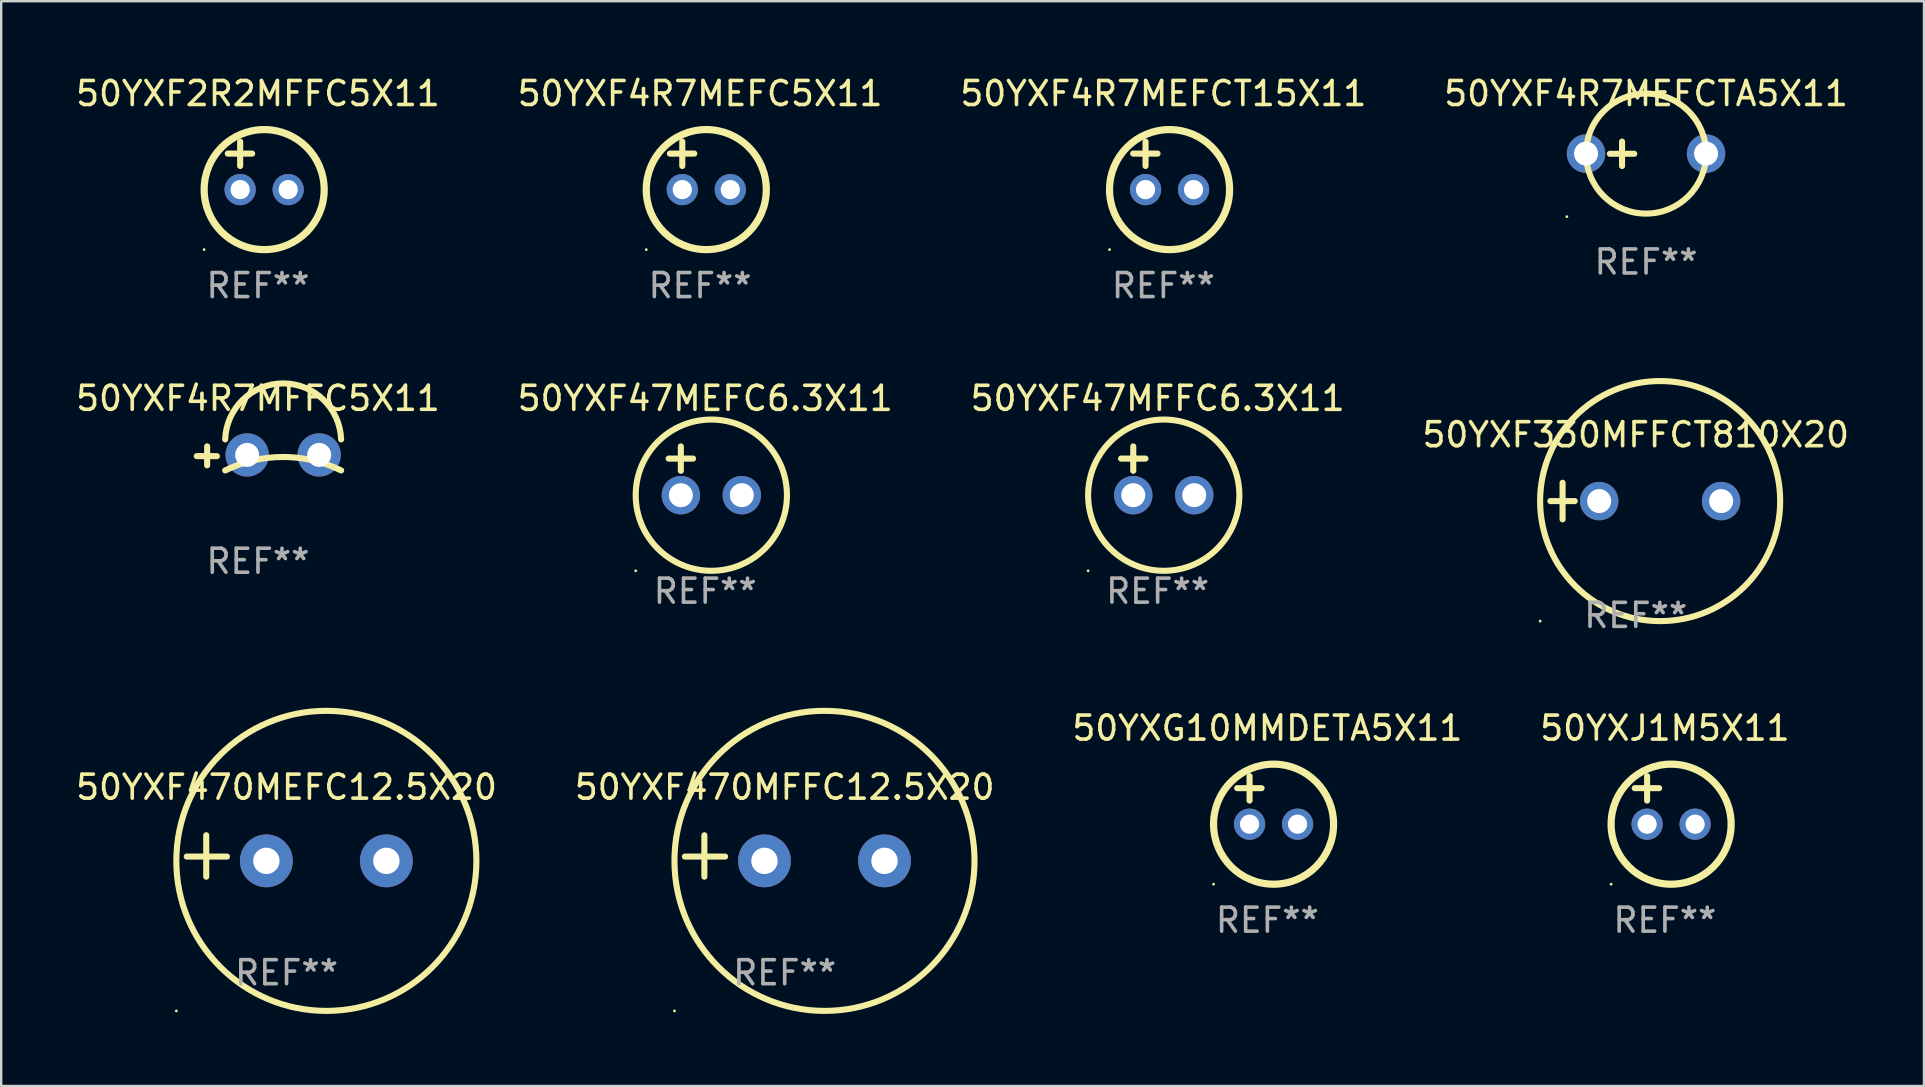
<source format=kicad_pcb>
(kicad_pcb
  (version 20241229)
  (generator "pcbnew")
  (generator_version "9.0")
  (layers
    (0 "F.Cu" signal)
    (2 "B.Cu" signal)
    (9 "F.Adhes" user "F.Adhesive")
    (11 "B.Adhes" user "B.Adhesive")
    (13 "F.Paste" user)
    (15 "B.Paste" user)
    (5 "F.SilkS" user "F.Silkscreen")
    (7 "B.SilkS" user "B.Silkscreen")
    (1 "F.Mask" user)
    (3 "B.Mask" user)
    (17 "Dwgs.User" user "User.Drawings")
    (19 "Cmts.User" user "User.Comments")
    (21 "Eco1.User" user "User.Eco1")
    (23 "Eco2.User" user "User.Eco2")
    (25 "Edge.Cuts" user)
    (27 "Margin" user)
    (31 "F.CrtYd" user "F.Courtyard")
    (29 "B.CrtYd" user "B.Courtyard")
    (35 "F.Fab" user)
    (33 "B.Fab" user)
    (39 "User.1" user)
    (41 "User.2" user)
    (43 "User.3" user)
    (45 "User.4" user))
  (footprint "50YXG10MMDETA5X11"
    (layer "F.Cu")
    (at 49.744 30.282)
    (property "Reference" "50YXG10MMDETA5X11" (at 0 -3 0) (layer "F.SilkS") (effects (font (size 1 1) (thickness 0.15))))
    (attr through_hole)
    (fp_line (start -1.258 -0.5) (end -0.242 -0.5) (stroke (width 0.254) (type solid)) (layer "F.SilkS"))
    (fp_line (start -0.742 -1) (end -0.742 0.016) (stroke (width 0.254) (type solid)) (layer "F.SilkS"))
    (fp_circle (center -2.242 3.5) (end -2.212 3.5) (stroke (width 0.06) (type solid)) (fill no) (layer "F.SilkS"))
    (fp_circle (center 0.258 1) (end 2.758 1) (stroke (width 0.3) (type solid)) (fill no) (layer "F.SilkS"))
    (fp_text user "REF**" (at 0 5 0) (layer "F.Fab") (effects (font (size 1 1) (thickness 0.15))))
    (pad "1" thru_hole circle (at -0.742 1) (size 1.3 1.3) (drill 0.8) (layers "*.Cu" "*.Mask"))
    (pad "2" thru_hole circle (at 1.258 1) (size 1.3 1.3) (drill 0.8) (layers "*.Cu" "*.Mask")))
  (footprint "50YXF4R7MFFC5X11"
    (layer "F.Cu")
    (at 7.696 15.938)
    (property "Reference" "50YXF4R7MFFC5X11" (at 0 -2.394 0) (layer "F.SilkS") (effects (font (size 1 1) (thickness 0.15))))
    (attr through_hole)
    (fp_line (start -2.117 0.394) (end -2.117 -0.394) (stroke (width 0.254) (type solid)) (layer "F.SilkS"))
    (fp_line (start -1.711 0.013) (end -2.549 0.013) (stroke (width 0.254) (type solid)) (layer "F.SilkS"))
    (fp_arc (start -1.366193 0.608941) (mid 1.048615 0.047743) (end 3.463424 0.60894) (stroke (width 0.254001) (type solid)) (layer "F.SilkS"))
    (fp_arc (start -1.366192 -0.685141) (mid 1.048616 -3.016259) (end 3.463424 -0.685141) (stroke (width 0.254001) (type solid)) (layer "F.SilkS"))
    (fp_circle (center -2.676 -2.538) (end -2.646 -2.538) (stroke (width 0.06) (type solid)) (fill no) (layer "F.SilkS"))
    (fp_text user "REF**" (at 0 4.394 0) (layer "F.Fab") (effects (font (size 1 1) (thickness 0.15))))
    (pad "1" thru_hole circle (at -0.451 -0.038) (size 1.8 1.8) (drill 1) (layers "*.Cu" "*.Mask"))
    (pad "2" thru_hole circle (at 2.549 -0.038) (size 1.8 1.8) (drill 1) (layers "*.Cu" "*.Mask")))
  (footprint "50YXF47MFFC6.3X11"
    (layer "F.Cu")
    (at 45.173 16.561)
    (property "Reference" "50YXF47MFFC6.3X11" (at 0 -3.016 0) (layer "F.SilkS") (effects (font (size 1 1) (thickness 0.15))))
    (attr through_hole)
    (fp_line (start -1.524 -0.508) (end -0.508 -0.508) (stroke (width 0.254) (type solid)) (layer "F.SilkS"))
    (fp_line (start -1.016 -1.016) (end -1.016 0) (stroke (width 0.254) (type solid)) (layer "F.SilkS"))
    (fp_circle (center -2.896 4.166) (end -2.866 4.166) (stroke (width 0.06) (type solid)) (fill no) (layer "F.SilkS"))
    (fp_circle (center 0.254 1.016) (end 3.404 1.016) (stroke (width 0.254) (type solid)) (fill no) (layer "F.SilkS"))
    (fp_text user "REF**" (at 0 5.016 0) (layer "F.Fab") (effects (font (size 1 1) (thickness 0.15))))
    (pad "1" thru_hole circle (at -1.016 1.016) (size 1.6 1.6) (drill 1) (layers "*.Cu" "*.Mask"))
    (pad "2" thru_hole circle (at 1.524 1.016) (size 1.6 1.6) (drill 1) (layers "*.Cu" "*.Mask")))
  (footprint "50YXF4R7MEFCTA5X11"
    (layer "F.Cu")
    (at 65.518 3.356)
    (property "Reference" "50YXF4R7MEFCTA5X11" (at 0 -2.508 0) (layer "F.SilkS") (effects (font (size 1 1) (thickness 0.15))))
    (attr through_hole)
    (fp_line (start -1.508 0) (end -0.492 0) (stroke (width 0.254) (type solid)) (layer "F.SilkS"))
    (fp_line (start -1 -0.508) (end -1 0.508) (stroke (width 0.254) (type solid)) (layer "F.SilkS"))
    (fp_circle (center -3.3 2.619) (end -3.27 2.619) (stroke (width 0.06) (type solid)) (fill no) (layer "F.SilkS"))
    (fp_circle (center -0.000127 -0.008) (end 2.5 -0.008) (stroke (width 0.254) (type solid)) (fill no) (layer "F.SilkS"))
    (fp_text user "REF**" (at 0 4.508 0) (layer "F.Fab") (effects (font (size 1 1) (thickness 0.15))))
    (pad "1" thru_hole circle (at -2.5 -0.008) (size 1.6 1.6) (drill 1) (layers "*.Cu" "*.Mask"))
    (pad "2" thru_hole circle (at 2.5 -0.008) (size 1.6 1.6) (drill 1) (layers "*.Cu" "*.Mask")))
  (footprint "50YXJ1M5X11"
    (layer "F.Cu")
    (at 66.304 30.282)
    (property "Reference" "50YXJ1M5X11" (at 0 -3 0) (layer "F.SilkS") (effects (font (size 1 1) (thickness 0.15))))
    (attr through_hole)
    (fp_line (start -1.258 -0.5) (end -0.242 -0.5) (stroke (width 0.254) (type solid)) (layer "F.SilkS"))
    (fp_line (start -0.742 -1) (end -0.742 0.016) (stroke (width 0.254) (type solid)) (layer "F.SilkS"))
    (fp_circle (center -2.242 3.5) (end -2.212 3.5) (stroke (width 0.06) (type solid)) (fill no) (layer "F.SilkS"))
    (fp_circle (center 0.258 1) (end 2.758 1) (stroke (width 0.3) (type solid)) (fill no) (layer "F.SilkS"))
    (fp_text user "REF**" (at 0 5 0) (layer "F.Fab") (effects (font (size 1 1) (thickness 0.15))))
    (pad "1" thru_hole circle (at -0.742 1) (size 1.3 1.3) (drill 0.8) (layers "*.Cu" "*.Mask"))
    (pad "2" thru_hole circle (at 1.258 1) (size 1.3 1.3) (drill 0.8) (layers "*.Cu" "*.Mask")))
  (footprint "50YXF47MEFC6.3X11"
    (layer "F.Cu")
    (at 26.327 16.561)
    (property "Reference" "50YXF47MEFC6.3X11" (at 0 -3.016 0) (layer "F.SilkS") (effects (font (size 1 1) (thickness 0.15))))
    (attr through_hole)
    (fp_line (start -1.524 -0.508) (end -0.508 -0.508) (stroke (width 0.254) (type solid)) (layer "F.SilkS"))
    (fp_line (start -1.016 -1.016) (end -1.016 0) (stroke (width 0.254) (type solid)) (layer "F.SilkS"))
    (fp_circle (center -2.896 4.166) (end -2.866 4.166) (stroke (width 0.06) (type solid)) (fill no) (layer "F.SilkS"))
    (fp_circle (center 0.254 1.016) (end 3.404 1.016) (stroke (width 0.254) (type solid)) (fill no) (layer "F.SilkS"))
    (fp_text user "REF**" (at 0 5.016 0) (layer "F.Fab") (effects (font (size 1 1) (thickness 0.15))))
    (pad "1" thru_hole circle (at -1.016 1.016) (size 1.6 1.6) (drill 1) (layers "*.Cu" "*.Mask"))
    (pad "2" thru_hole circle (at 1.524 1.016) (size 1.6 1.6) (drill 1) (layers "*.Cu" "*.Mask")))
  (footprint "50YXF470MEFC12.5X20"
    (layer "F.Cu")
    (at 8.887 32.607)
    (property "Reference" "50YXF470MEFC12.5X20" (at 0 -2.864 0) (layer "F.SilkS") (effects (font (size 1 1) (thickness 0.15))))
    (attr through_hole)
    (fp_line (start -3.346 0.864) (end -3.346 -0.864) (stroke (width 0.254) (type solid)) (layer "F.SilkS"))
    (fp_line (start -2.482 0.025) (end -4.158 0.025) (stroke (width 0.254) (type solid)) (layer "F.SilkS"))
    (fp_circle (center -4.592 6.453) (end -4.562 6.453) (stroke (width 0.06) (type solid)) (fill no) (layer "F.SilkS"))
    (fp_circle (center 1.658 0.203) (end 7.908 0.203) (stroke (width 0.254) (type solid)) (fill no) (layer "F.SilkS"))
    (fp_text user "REF**" (at 0 4.864 0) (layer "F.Fab") (effects (font (size 1 1) (thickness 0.15))))
    (pad "1" thru_hole circle (at -0.842 0.203) (size 2.2 2.2) (drill 1.1) (layers "*.Cu" "*.Mask"))
    (pad "2" thru_hole circle (at 4.158 0.203) (size 2.2 2.2) (drill 1.1) (layers "*.Cu" "*.Mask")))
  (footprint "50YXF4R7MEFC5X11"
    (layer "F.Cu")
    (at 26.113 3.848)
    (property "Reference" "50YXF4R7MEFC5X11" (at 0 -3 0) (layer "F.SilkS") (effects (font (size 1 1) (thickness 0.15))))
    (attr through_hole)
    (fp_line (start -1.258 -0.5) (end -0.242 -0.5) (stroke (width 0.254) (type solid)) (layer "F.SilkS"))
    (fp_line (start -0.742 -1) (end -0.742 0.016) (stroke (width 0.254) (type solid)) (layer "F.SilkS"))
    (fp_circle (center -2.242 3.5) (end -2.212 3.5) (stroke (width 0.06) (type solid)) (fill no) (layer "F.SilkS"))
    (fp_circle (center 0.258 1) (end 2.758 1) (stroke (width 0.3) (type solid)) (fill no) (layer "F.SilkS"))
    (fp_text user "REF**" (at 0 5 0) (layer "F.Fab") (effects (font (size 1 1) (thickness 0.15))))
    (pad "1" thru_hole circle (at -0.742 1) (size 1.3 1.3) (drill 0.8) (layers "*.Cu" "*.Mask"))
    (pad "2" thru_hole circle (at 1.258 1) (size 1.3 1.3) (drill 0.8) (layers "*.Cu" "*.Mask")))
  (footprint "50YXF330MFFCT810X20"
    (layer "F.Cu")
    (at 65.089 17.823)
    (property "Reference" "50YXF330MFFCT810X20" (at 0 -2.762 0) (layer "F.SilkS") (effects (font (size 1 1) (thickness 0.15))))
    (attr through_hole)
    (fp_line (start -3.556 0) (end -2.54 0) (stroke (width 0.254) (type solid)) (layer "F.SilkS"))
    (fp_line (start -3.048 -0.762) (end -3.048 0.762) (stroke (width 0.254) (type solid)) (layer "F.SilkS"))
    (fp_circle (center -3.984 5) (end -3.954 5) (stroke (width 0.06) (type solid)) (fill no) (layer "F.SilkS"))
    (fp_circle (center 1.016 0) (end 6.016 0) (stroke (width 0.254) (type solid)) (fill no) (layer "F.SilkS"))
    (fp_text user "REF**" (at 0 4.762 0) (layer "F.Fab") (effects (font (size 1 1) (thickness 0.15))))
    (pad "1" thru_hole circle (at -1.524 0) (size 1.6 1.6) (drill 1) (layers "*.Cu" "*.Mask"))
    (pad "2" thru_hole circle (at 3.556 0) (size 1.6 1.6) (drill 1) (layers "*.Cu" "*.Mask")))
  (footprint "50YXF4R7MEFCT15X11"
    (layer "F.Cu")
    (at 45.411 3.848)
    (property "Reference" "50YXF4R7MEFCT15X11" (at 0 -3 0) (layer "F.SilkS") (effects (font (size 1 1) (thickness 0.15))))
    (attr through_hole)
    (fp_line (start -1.258 -0.5) (end -0.242 -0.5) (stroke (width 0.254) (type solid)) (layer "F.SilkS"))
    (fp_line (start -0.742 -1) (end -0.742 0.016) (stroke (width 0.254) (type solid)) (layer "F.SilkS"))
    (fp_circle (center -2.242 3.5) (end -2.212 3.5) (stroke (width 0.06) (type solid)) (fill no) (layer "F.SilkS"))
    (fp_circle (center 0.258 1) (end 2.758 1) (stroke (width 0.3) (type solid)) (fill no) (layer "F.SilkS"))
    (fp_text user "REF**" (at 0 5 0) (layer "F.Fab") (effects (font (size 1 1) (thickness 0.15))))
    (pad "1" thru_hole circle (at -0.742 1) (size 1.3 1.3) (drill 0.8) (layers "*.Cu" "*.Mask"))
    (pad "2" thru_hole circle (at 1.258 1) (size 1.3 1.3) (drill 0.8) (layers "*.Cu" "*.Mask")))
  (footprint "50YXF2R2MFFC5X11"
    (layer "F.Cu")
    (at 7.696 3.848)
    (property "Reference" "50YXF2R2MFFC5X11" (at 0 -3 0) (layer "F.SilkS") (effects (font (size 1 1) (thickness 0.15))))
    (attr through_hole)
    (fp_line (start -1.258 -0.5) (end -0.242 -0.5) (stroke (width 0.254) (type solid)) (layer "F.SilkS"))
    (fp_line (start -0.742 -1) (end -0.742 0.016) (stroke (width 0.254) (type solid)) (layer "F.SilkS"))
    (fp_circle (center -2.242 3.5) (end -2.212 3.5) (stroke (width 0.06) (type solid)) (fill no) (layer "F.SilkS"))
    (fp_circle (center 0.258 1) (end 2.758 1) (stroke (width 0.3) (type solid)) (fill no) (layer "F.SilkS"))
    (fp_text user "REF**" (at 0 5 0) (layer "F.Fab") (effects (font (size 1 1) (thickness 0.15))))
    (pad "1" thru_hole circle (at -0.742 1) (size 1.3 1.3) (drill 0.8) (layers "*.Cu" "*.Mask"))
    (pad "2" thru_hole circle (at 1.258 1) (size 1.3 1.3) (drill 0.8) (layers "*.Cu" "*.Mask")))
  (footprint "50YXF470MFFC12.5X20"
    (layer "F.Cu")
    (at 29.637 32.607)
    (property "Reference" "50YXF470MFFC12.5X20" (at 0 -2.864 0) (layer "F.SilkS") (effects (font (size 1 1) (thickness 0.15))))
    (attr through_hole)
    (fp_line (start -3.346 0.864) (end -3.346 -0.864) (stroke (width 0.254) (type solid)) (layer "F.SilkS"))
    (fp_line (start -2.482 0.025) (end -4.158 0.025) (stroke (width 0.254) (type solid)) (layer "F.SilkS"))
    (fp_circle (center -4.592 6.453) (end -4.562 6.453) (stroke (width 0.06) (type solid)) (fill no) (layer "F.SilkS"))
    (fp_circle (center 1.658 0.203) (end 7.908 0.203) (stroke (width 0.254) (type solid)) (fill no) (layer "F.SilkS"))
    (fp_text user "REF**" (at 0 4.864 0) (layer "F.Fab") (effects (font (size 1 1) (thickness 0.15))))
    (pad "1" thru_hole circle (at -0.842 0.203) (size 2.2 2.2) (drill 1.1) (layers "*.Cu" "*.Mask"))
    (pad "2" thru_hole circle (at 4.158 0.203) (size 2.2 2.2) (drill 1.1) (layers "*.Cu" "*.Mask")))
  (gr_rect
    (start -3 -3)
    (end 77.095 42.188)
    (stroke (width 0.1) (type default))
    (fill no)
    (layer "Edge.Cuts")))
</source>
